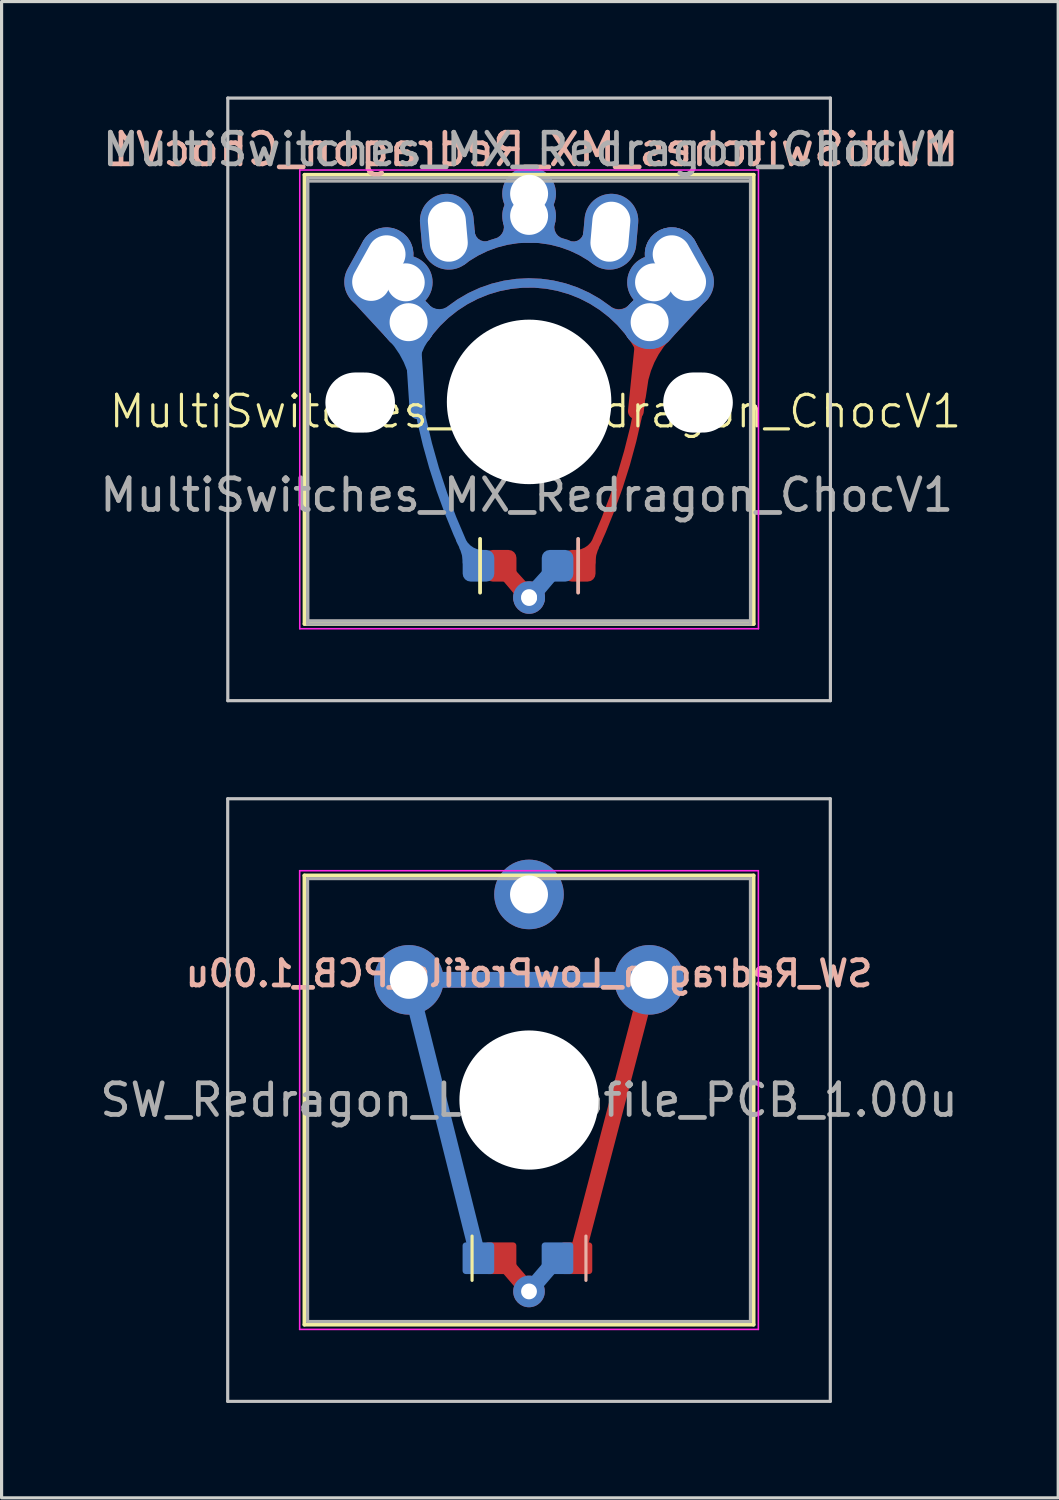
<source format=kicad_pcb>
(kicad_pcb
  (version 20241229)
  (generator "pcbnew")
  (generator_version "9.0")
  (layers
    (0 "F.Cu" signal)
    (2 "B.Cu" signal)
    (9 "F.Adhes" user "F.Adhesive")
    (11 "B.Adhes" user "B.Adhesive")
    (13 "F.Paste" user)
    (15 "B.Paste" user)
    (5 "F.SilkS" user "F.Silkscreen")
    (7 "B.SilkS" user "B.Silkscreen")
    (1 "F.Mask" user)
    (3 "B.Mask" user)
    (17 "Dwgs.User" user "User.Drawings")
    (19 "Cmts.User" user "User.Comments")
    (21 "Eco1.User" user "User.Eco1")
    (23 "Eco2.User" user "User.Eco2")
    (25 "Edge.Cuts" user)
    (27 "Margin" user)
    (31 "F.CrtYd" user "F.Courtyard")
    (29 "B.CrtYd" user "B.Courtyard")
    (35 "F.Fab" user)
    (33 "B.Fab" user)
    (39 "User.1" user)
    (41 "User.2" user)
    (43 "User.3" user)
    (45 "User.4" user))
  (footprint "MultiSwitches_MX_Redragon_ChocV1"
    (layer "F.Cu")
    (at 13.676 9.655)
    (property "Reference" "MultiSwitches_MX_Redragon_ChocV1" (at 0.2 0.3 0) (unlocked yes) (layer "F.SilkS") (effects (font (size 1 1) (thickness 0.1))))
    (attr through_hole)
    (fp_line (start 0 6.17) (end -0.9 5.18) (stroke (width 0.5) (type solid)) (layer "F.Cu"))
    (fp_line (start 3.8 -3.88) (end 3.375 0.295) (stroke (width 0.5) (type solid)) (layer "F.Cu"))
    (fp_line (start -3.8 -3.88) (end -3.525 0.295) (stroke (width 0.5) (type solid)) (layer "B.Cu"))
    (fp_line (start 0 6.17) (end 0.9 5.18) (stroke (width 0.5) (type solid)) (layer "B.Cu"))
    (fp_line (start -7.1 -7.18) (end -7.1 7.02) (stroke (width 0.12) (type solid)) (layer "F.SilkS"))
    (fp_line (start -7.1 7.02) (end 7.1 7.02) (stroke (width 0.12) (type solid)) (layer "F.SilkS"))
    (fp_line (start -1.55 4.33) (end -1.55 6.03) (stroke (width 0.12) (type solid)) (layer "F.SilkS"))
    (fp_line (start 7.1 -7.18) (end -7.1 -7.18) (stroke (width 0.12) (type solid)) (layer "F.SilkS"))
    (fp_line (start 7.1 7.02) (end 7.1 -7.18) (stroke (width 0.12) (type solid)) (layer "F.SilkS"))
    (fp_line (start 1.55 6.03) (end 1.55 4.33) (stroke (width 0.12) (type solid)) (layer "B.SilkS"))
    (fp_line (start -9.525 -9.605) (end -9.525 9.445) (stroke (width 0.1) (type solid)) (layer "Dwgs.User"))
    (fp_line (start -9.525 9.445) (end 9.525 9.445) (stroke (width 0.1) (type solid)) (layer "Dwgs.User"))
    (fp_line (start 9.525 -9.605) (end -9.525 -9.605) (stroke (width 0.1) (type solid)) (layer "Dwgs.User"))
    (fp_line (start 9.525 9.445) (end 9.525 -9.605) (stroke (width 0.1) (type solid)) (layer "Dwgs.User"))
    (fp_line (start -7 -7.08) (end -7 6.92) (stroke (width 0.1) (type solid)) (layer "Eco1.User"))
    (fp_line (start -7 6.92) (end 7 6.92) (stroke (width 0.1) (type solid)) (layer "Eco1.User"))
    (fp_line (start 7 -7.08) (end -7 -7.08) (stroke (width 0.1) (type solid)) (layer "Eco1.User"))
    (fp_line (start 7 6.92) (end 7 -7.08) (stroke (width 0.1) (type solid)) (layer "Eco1.User"))
    (fp_line (start -7.25 -7.33) (end -7.25 7.17) (stroke (width 0.05) (type solid)) (layer "F.CrtYd"))
    (fp_line (start -7.25 7.17) (end 7.25 7.17) (stroke (width 0.05) (type solid)) (layer "F.CrtYd"))
    (fp_line (start 7.25 -7.33) (end -7.25 -7.33) (stroke (width 0.05) (type solid)) (layer "F.CrtYd"))
    (fp_line (start 7.25 7.17) (end 7.25 -7.33) (stroke (width 0.05) (type solid)) (layer "F.CrtYd"))
    (fp_line (start -7 -7.08) (end -7 6.92) (stroke (width 0.1) (type solid)) (layer "F.Fab"))
    (fp_line (start -7 -6.98) (end 7 -6.98) (stroke (width 0.1) (type solid)) (layer "F.Fab"))
    (fp_line (start -7 6.92) (end 7 6.92) (stroke (width 0.1) (type solid)) (layer "F.Fab"))
    (fp_line (start -7 7.02) (end -7 -6.98) (stroke (width 0.1) (type solid)) (layer "F.Fab"))
    (fp_line (start 7 -7.08) (end -7 -7.08) (stroke (width 0.1) (type solid)) (layer "F.Fab"))
    (fp_line (start 7 -6.98) (end 7 7.02) (stroke (width 0.1) (type solid)) (layer "F.Fab"))
    (fp_line (start 7 6.92) (end 7 -7.08) (stroke (width 0.1) (type solid)) (layer "F.Fab"))
    (fp_line (start 7 7.02) (end -7 7.02) (stroke (width 0.1) (type solid)) (layer "F.Fab"))
    (fp_text user "${REFERENCE}" (at 0.1 -7.98 0) (unlocked yes) (layer "B.SilkS") (effects (font (size 1 1) (thickness 0.15)) (justify mirror)))
    (fp_text user "${REFERENCE}" (at 0 -7.98 0) (unlocked yes) (layer "F.Fab") (effects (font (size 1 1) (thickness 0.15))))
    (fp_text user "${REFERENCE}" (at -0.075 2.945 0) (unlocked yes) (layer "F.Fab") (effects (font (size 1 1) (thickness 0.15))))
    (pad "" np_thru_hole oval (at -5.34 0.02 180) (size 2.2 1.9) (drill oval 2.2 1.9) (layers "*.Cu" "*.Mask"))
    (pad "" np_thru_hole circle (at 0 -0.08 180) (size 4.4 4.4) (drill 4.4) (layers "*.Cu" "*.Mask"))
    (pad "" np_thru_hole circle (at 0 0 180) (size 5.2 5.2) (drill 5.2) (layers "*.Cu" "*.Mask"))
    (pad "" np_thru_hole oval (at 5.34 0.02) (size 2.2 1.9) (drill oval 2.2 1.9) (layers "*.Cu" "*.Mask"))
    (pad "1" thru_hole oval (at -2.57 -5.38 275.1) (size 2.4 1.7) (drill oval 1.9 1.2) (layers "*.Cu" "*.Mask"))
    (pad "1" smd custom (at -2.11 -4.94 180) (size 1 1) (layers "F.Cu") (options (anchor circle)) (primitives (gr_arc (start 0.01 -0.47) (mid -2.089686 0.241988) (end -4.197468 -0.445663) (width 0.3)) (gr_arc (start -3.09 0.1) (mid -2.804329 0.373749) (end -2.789687 0.769137) (width 0.3)) (gr_arc (start -3.95 0.4) (mid -3.739995 0.071301) (end -3.351236 0.039506) (width 0.25)) (gr_arc (start -1.43 0.77) (mid -1.41596 0.374264) (end -1.13024 0.100095) (width 0.3)) (gr_arc (start -0.87 0.04) (mid -0.473751 0.085491) (end -0.270115 0.428441) (width 0.25))))
    (pad "1" smd custom (at -2.09 -4.94 180) (size 1 1) (layers "B.Cu") (options (anchor circle)) (primitives (gr_arc (start -0.85 0.04) (mid -0.453751 0.085491) (end -0.250115 0.428441) (width 0.25)) (gr_arc (start -1.41 0.77) (mid -1.39596 0.374264) (end -1.11024 0.100095) (width 0.3)) (gr_arc (start 0.03 -0.47) (mid -2.069685 0.241988) (end -4.177466 -0.445662) (width 0.3)) (gr_arc (start -3.93 0.4) (mid -3.719995 0.071301) (end -3.331236 0.039506) (width 0.25)) (gr_arc (start -3.07 0.1) (mid -2.784329 0.373749) (end -2.769687 0.769137) (width 0.3))))
    (pad "1" thru_hole circle (at 0 -6.58 180) (size 1.7 1.7) (drill 1.2) (layers "*.Cu" "*.Mask"))
    (pad "1" thru_hole circle (at 0 -5.88) (size 1.7 1.7) (drill 1.2) (layers "*.Cu" "*.Mask"))
    (pad "1" thru_hole oval (at 2.57 -5.38 84.9) (size 2.4 1.7) (drill oval 1.9 1.2) (layers "*.Cu" "*.Mask"))
    (pad "2" thru_hole oval (at -4.75 -4.23 60.899) (size 2.7 1.7) (drill oval 2.2 1.2) (layers "*.Cu" "*.Mask"))
    (pad "2" smd custom (at -4.13 -3.58 275) (size 1 1) (layers "F.Cu" "F.Mask") (options (anchor circle)) (primitives (gr_arc (start 1.083856 -0.226397) (mid 0.048087 0.288966) (end -1.108808 0.286004) (width 1.7)) (gr_line (start 1.486 0.22) (end 0.054 1.33) (width 0.5))))
    (pad "2" smd custom (at -4.13 -3.58 275) (size 1 1) (layers "B.Cu" "B.Mask") (options (anchor circle)) (primitives (gr_arc (start 1.083856 -0.226397) (mid 0.04809 0.288965) (end -1.108803 0.286005) (width 1.7)) (gr_line (start 1.486 0.22) (end 0.054 1.33) (width 0.5))))
    (pad "2" thru_hole circle (at -3.9 -3.78 180) (size 1.7 1.7) (drill 1.2) (layers "*.Cu" "*.Mask"))
    (pad "2" thru_hole circle (at -3.81 -2.52) (size 1.7 1.7) (drill 1.2) (layers "*.Cu" "*.Mask"))
    (pad "2" smd custom (at -3.6 -2.35 180) (size 1 1) (layers "F.Cu") (options (anchor circle)) (primitives (gr_arc (start -0.32 -0.29) (mid -3.592993 1.410185) (end -6.871902 -0.278563) (width 0.3)) (gr_arc (start -1.13 0.56) (mid -0.704624 0.426875) (end -0.31189 0.637652) (width 0.3)) (gr_arc (start -6.89 0.64) (mid -6.497496 0.436789) (end -6.072477 0.558084) (width 0.3)) (gr_arc (start -6.85 -0.25) (mid -7.194435 -0.962903) (end -7.201168 -1.754623) (width 0.3)) (gr_arc (start -7.2 -1.76) (mid -7.494834 -0.904632) (end -8.038299 -0.181287) (width 0.3)) (gr_arc (start -7.4 0.15) (mid -6.841277 -3.572579) (end -5.570142 -7.115739) (width 0.3)) (gr_arc (start -5.55 -7.43) (mid -5.579344 -7.167509) (end -5.666113 -6.918043) (width 0.3)) (gr_arc (start -5.77 -6.69) (mid -5.491997 -7.044528) (end -5.062317 -7.179991) (width 0.3))))
    (pad "2" smd roundrect (at -1.6 5.18 180) (size 1 1) (layers "B.Cu" "B.Mask") (roundrect_rratio 0.25))
    (pad "2" smd roundrect (at 1.6 5.18) (size 1 1) (layers "F.Cu" "F.Mask") (roundrect_rratio 0.25))
    (pad "2" smd custom (at 3.6 -2.35 180) (size 1 1) (layers "B.Cu") (options (anchor circle)) (primitives (gr_arc (start 6.879999 -0.289998) (mid 3.617511 1.410152) (end 0.340313 -0.261469) (width 0.3)) (gr_arc (start 0.31 0.639999) (mid 0.700628 0.427268) (end 1.126154 0.556779) (width 0.3)) (gr_arc (start 6.070825 0.559359) (mid 6.495939 0.436638) (end 6.889313 0.63922) (width 0.3)) (gr_arc (start 7.200498 -1.757716) (mid 7.195151 -0.965982) (end 6.851964 -0.252475) (width 0.3)) (gr_arc (start 8.04926 -0.17071) (mid 7.498415 -0.897906) (end 7.199998 -1.759992) (width 0.3)) (gr_arc (start 5.541224 -7.176543) (mid 6.812155 -3.686737) (end 7.390648 -0.018038) (width 0.3)) (gr_arc (start 5.669709 -6.910595) (mid 5.580254 -7.163468) (end 5.549976 -7.429983) (width 0.3)) (gr_arc (start 5.060982 -7.179997) (mid 5.490901 -7.045285) (end 5.769525 -6.691243) (width 0.3))))
    (pad "2" thru_hole circle (at 3.81 -2.52) (size 1.7 1.7) (drill 1.2) (layers "*.Cu" "*.Mask"))
    (pad "2" thru_hole circle (at 3.95 -3.78 180) (size 1.7 1.7) (drill 1.2) (layers "*.Cu" "*.Mask"))
    (pad "2" smd custom (at 4.13 -3.58 85) (size 1 1) (layers "F.Cu" "F.Mask") (options (anchor circle)) (primitives (gr_arc (start 1.117354 0.283947) (mid -0.04167 0.290455) (end -1.080482 -0.223596) (width 1.7)) (gr_line (start -0.054 1.33) (end -1.486 0.22) (width 0.5))))
    (pad "2" smd custom (at 4.13 -3.58 85) (size 1 1) (layers "B.Cu" "B.Mask") (options (anchor circle)) (primitives (gr_arc (start 1.117354 0.283947) (mid -0.04167 0.290455) (end -1.080482 -0.223596) (width 1.7)) (gr_line (start -0.054 1.33) (end -1.486 0.22) (width 0.5))))
    (pad "2" thru_hole oval (at 4.75 -4.23 299.1) (size 2.7 1.7) (drill oval 2.2 1.2) (layers "*.Cu" "*.Mask"))
    (pad "3" smd roundrect (at -0.9 5.18) (size 1 1) (layers "F.Cu" "F.Mask") (roundrect_rratio 0.25))
    (pad "3" smd rect (at -0.44 5.72 40) (size 0.5 1) (layers "F.Cu"))
    (pad "3" thru_hole circle (at 0 6.17 180) (size 1 1) (drill 0.5) (layers "*.Cu" "B.Mask"))
    (pad "3" thru_hole circle (at 0 6.2) (size 1 1) (drill 0.5) (layers "*.Cu"))
    (pad "3" smd rect (at 0.44 5.72 320) (size 0.5 1) (layers "B.Cu"))
    (pad "3" smd roundrect (at 0.9 5.18 180) (size 1 1) (layers "B.Cu" "B.Mask") (roundrect_rratio 0.25)))
  (footprint "SW_Redragon_LowProfile_PCB_1.00u"
    (layer "F.Cu")
    (at 13.673 31.725)
    (property "Reference" "SW_Redragon_LowProfile_PCB_1.00u" (at 0 -4 180) (layer "B.SilkS") (effects (font (size 0.8 0.8) (thickness 0.15)) (justify mirror)))
    (attr through_hole)
    (fp_line (start 0 6.05) (end -0.9 5) (stroke (width 0.5) (type solid)) (layer "F.Cu"))
    (fp_line (start 3.8 -3.8) (end -3.8 -3.8) (stroke (width 0.5) (type solid)) (layer "F.Cu"))
    (fp_line (start 3.8 -3.8) (end 1.5 5) (stroke (width 0.5) (type solid)) (layer "F.Cu"))
    (fp_line (start -3.8 -3.8) (end -1.6 5) (stroke (width 0.5) (type solid)) (layer "B.Cu"))
    (fp_line (start 0 6.05) (end 0.9 5) (stroke (width 0.5) (type solid)) (layer "B.Cu"))
    (fp_line (start 3.8 -3.8) (end -3.8 -3.8) (stroke (width 0.5) (type solid)) (layer "B.Cu"))
    (fp_line (start -7.1 -7.1) (end -7.1 7.1) (stroke (width 0.12) (type solid)) (layer "F.SilkS"))
    (fp_line (start -7.1 7.1) (end 7.1 7.1) (stroke (width 0.12) (type solid)) (layer "F.SilkS"))
    (fp_line (start -1.8 4.3) (end -1.8 5.7) (stroke (width 0.1) (type default)) (layer "F.SilkS"))
    (fp_line (start 7.1 -7.1) (end -7.1 -7.1) (stroke (width 0.12) (type solid)) (layer "F.SilkS"))
    (fp_line (start 7.1 7.1) (end 7.1 -7.1) (stroke (width 0.12) (type solid)) (layer "F.SilkS"))
    (fp_line (start 1.8 4.3) (end 1.8 5.7) (stroke (width 0.1) (type default)) (layer "B.SilkS"))
    (fp_line (start -9.525 -9.525) (end -9.525 9.525) (stroke (width 0.1) (type solid)) (layer "Dwgs.User"))
    (fp_line (start -9.525 9.525) (end 9.525 9.525) (stroke (width 0.1) (type solid)) (layer "Dwgs.User"))
    (fp_line (start 9.525 -9.525) (end -9.525 -9.525) (stroke (width 0.1) (type solid)) (layer "Dwgs.User"))
    (fp_line (start 9.525 9.525) (end 9.525 -9.525) (stroke (width 0.1) (type solid)) (layer "Dwgs.User"))
    (fp_line (start -7 -7) (end -7 7) (stroke (width 0.1) (type solid)) (layer "Eco1.User"))
    (fp_line (start -7 7) (end 7 7) (stroke (width 0.1) (type solid)) (layer "Eco1.User"))
    (fp_line (start 7 -7) (end -7 -7) (stroke (width 0.1) (type solid)) (layer "Eco1.User"))
    (fp_line (start 7 7) (end 7 -7) (stroke (width 0.1) (type solid)) (layer "Eco1.User"))
    (fp_line (start -7.25 -7.25) (end -7.25 7.25) (stroke (width 0.05) (type solid)) (layer "F.CrtYd"))
    (fp_line (start -7.25 7.25) (end 7.25 7.25) (stroke (width 0.05) (type solid)) (layer "F.CrtYd"))
    (fp_line (start 7.25 -7.25) (end -7.25 -7.25) (stroke (width 0.05) (type solid)) (layer "F.CrtYd"))
    (fp_line (start 7.25 7.25) (end 7.25 -7.25) (stroke (width 0.05) (type solid)) (layer "F.CrtYd"))
    (fp_line (start -7 -7) (end -7 7) (stroke (width 0.1) (type solid)) (layer "F.Fab"))
    (fp_line (start -7 7) (end 7 7) (stroke (width 0.1) (type solid)) (layer "F.Fab"))
    (fp_line (start 7 -7) (end -7 -7) (stroke (width 0.1) (type solid)) (layer "F.Fab"))
    (fp_line (start 7 7) (end 7 -7) (stroke (width 0.1) (type solid)) (layer "F.Fab"))
    (fp_text user "${REFERENCE}" (at 0 0 180) (layer "F.Fab") (effects (font (size 1 1) (thickness 0.15))))
    (pad "" np_thru_hole circle (at 0 0 180) (size 4.4 4.4) (drill 4.4) (layers "*.Cu" "*.Mask"))
    (pad "1" thru_hole circle (at 0 -6.5 180) (size 2.2 2.2) (drill 1.2) (layers "*.Cu" "*.Mask"))
    (pad "2" thru_hole circle (at -3.8 -3.8 180) (size 2.2 2.2) (drill 1.2) (layers "*.Cu" "*.Mask"))
    (pad "2" smd roundrect (at -1.6 5) (size 1 1) (layers "B.Cu" "B.Mask") (roundrect_rratio 0.1))
    (pad "2" smd roundrect (at 1.5 5) (size 1 1) (layers "F.Cu" "F.Mask") (roundrect_rratio 0.1))
    (pad "2" thru_hole circle (at 3.8 -3.8 180) (size 2.2 2.2) (drill 1.2) (layers "*.Cu" "*.Mask"))
    (pad "3" smd roundrect (at -0.9 5) (size 1 1) (layers "F.Cu" "F.Mask") (roundrect_rratio 0.1))
    (pad "3" thru_hole circle (at 0 6.05 180) (size 1 1) (drill 0.5) (layers "*.Cu" "B.Mask"))
    (pad "3" smd roundrect (at 0.9 5) (size 1 1) (layers "B.Cu" "B.Mask") (roundrect_rratio 0.1)))
  (gr_rect
    (start -3 -3)
    (end 30.402 44.3)
    (stroke (width 0.1) (type default))
    (fill no)
    (layer "Edge.Cuts")))
</source>
